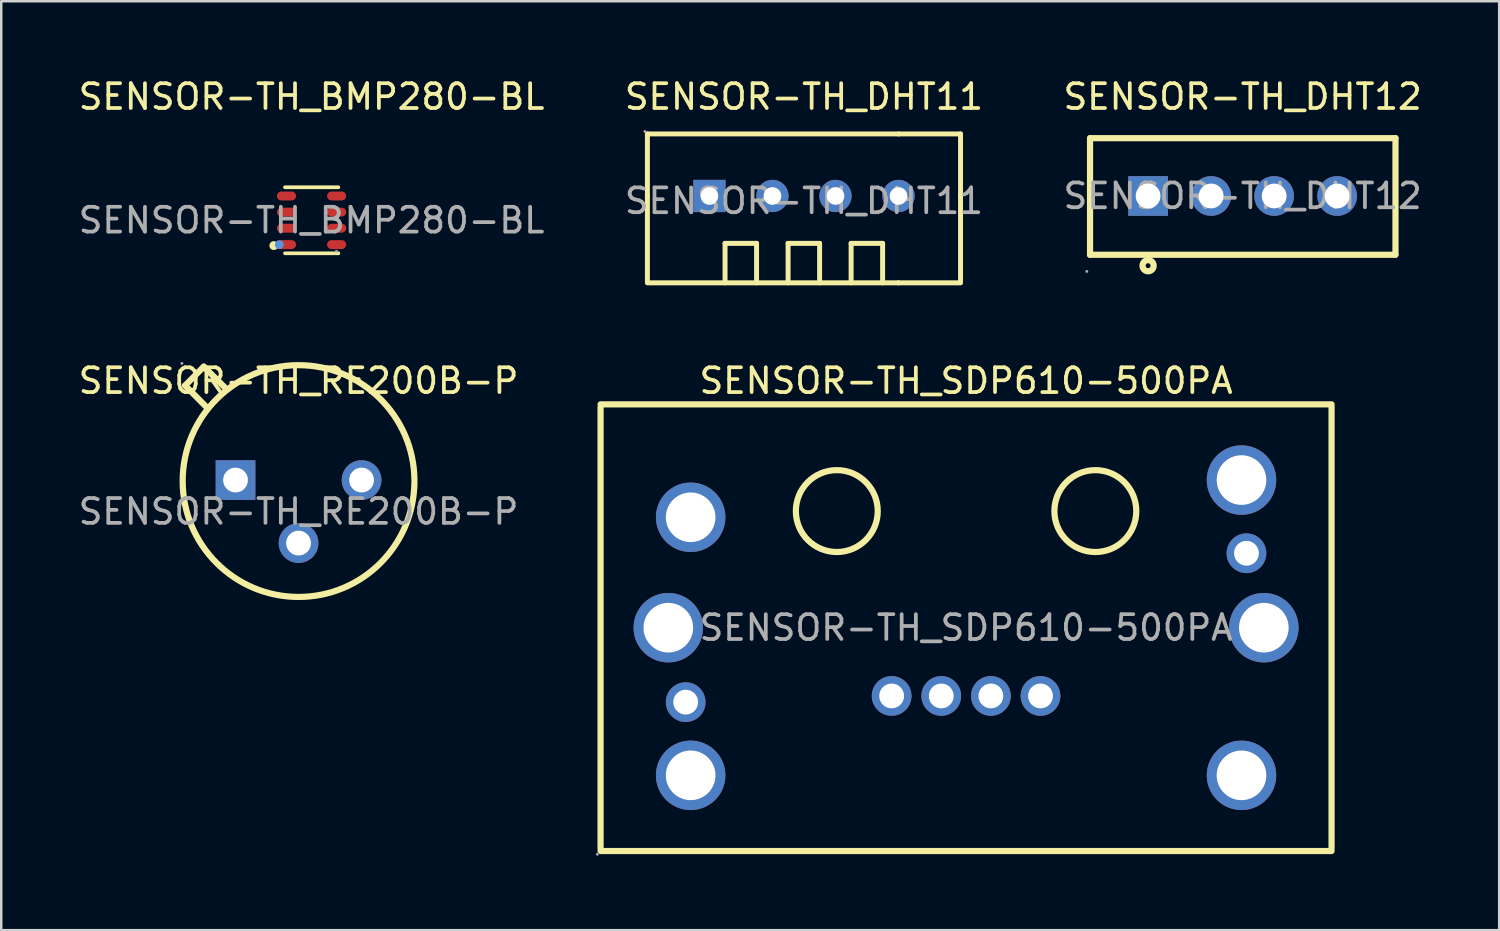
<source format=kicad_pcb>
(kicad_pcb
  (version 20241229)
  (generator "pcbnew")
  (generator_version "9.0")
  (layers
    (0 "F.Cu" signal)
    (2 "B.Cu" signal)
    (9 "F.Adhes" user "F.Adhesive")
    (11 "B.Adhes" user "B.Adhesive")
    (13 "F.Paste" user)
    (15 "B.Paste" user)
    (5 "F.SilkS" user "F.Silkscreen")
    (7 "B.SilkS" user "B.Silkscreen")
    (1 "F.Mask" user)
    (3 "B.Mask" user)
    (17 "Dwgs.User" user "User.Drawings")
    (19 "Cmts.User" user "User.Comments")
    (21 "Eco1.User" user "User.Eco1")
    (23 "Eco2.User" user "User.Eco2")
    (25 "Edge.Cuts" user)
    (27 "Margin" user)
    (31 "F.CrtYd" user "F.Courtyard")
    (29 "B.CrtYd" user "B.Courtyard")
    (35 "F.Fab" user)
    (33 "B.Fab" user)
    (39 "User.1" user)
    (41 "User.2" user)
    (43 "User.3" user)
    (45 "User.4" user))
  (footprint "SENSOR-TH_DHT12"
    (layer "F.Cu")
    (at 47.03 4.848)
    (property "Reference" "SENSOR-TH_DHT12" (at 0 -4 0) (layer "F.SilkS") (effects (font (size 1 1) (thickness 0.15))))
    (attr through_hole)
    (fp_line (start -6.15 2.37) (end -6.15 -2.33) (stroke (width 0.25) (type solid)) (layer "F.SilkS"))
    (fp_line (start -6.14 -2.33) (end 6.16 -2.33) (stroke (width 0.25) (type solid)) (layer "F.SilkS"))
    (fp_line (start 6.15 2.37) (end -6.15 2.37) (stroke (width 0.25) (type solid)) (layer "F.SilkS"))
    (fp_line (start 6.16 -2.33) (end 6.16 2.37) (stroke (width 0.25) (type solid)) (layer "F.SilkS"))
    (fp_circle (center -3.81 2.81) (end -3.71 2.81) (stroke (width 0.25) (type solid)) (fill no) (layer "F.SilkS"))
    (fp_circle (center -6.28 3.04) (end -6.25 3.04) (stroke (width 0.06) (type solid)) (fill no) (layer "F.Fab"))
    (fp_circle (center -3.81 0) (end -3.61 0) (stroke (width 0.4) (type solid)) (fill no) (layer "F.Fab"))
    (fp_circle (center -1.27 0) (end -1.07 0) (stroke (width 0.4) (type solid)) (fill no) (layer "F.Fab"))
    (fp_circle (center 1.27 0) (end 1.47 0) (stroke (width 0.4) (type solid)) (fill no) (layer "F.Fab"))
    (fp_circle (center 3.81 0) (end 4.01 0) (stroke (width 0.4) (type solid)) (fill no) (layer "F.Fab"))
    (fp_text user "${REFERENCE}" (at 0 0 0) (layer "F.Fab") (effects (font (size 1 1) (thickness 0.15))))
    (pad "1" thru_hole rect (at -3.81 0) (size 1.6 1.6) (drill 1) (layers "*.Cu" "*.Paste" "*.Mask"))
    (pad "2" thru_hole circle (at -1.27 0) (size 1.6 1.6) (drill 1) (layers "*.Cu" "*.Paste" "*.Mask"))
    (pad "3" thru_hole circle (at 1.27 0) (size 1.6 1.6) (drill 1) (layers "*.Cu" "*.Paste" "*.Mask"))
    (pad "4" thru_hole circle (at 3.81 0) (size 1.6 1.6) (drill 1) (layers "*.Cu" "*.Paste" "*.Mask")))
  (footprint "SENSOR-TH_RE200B-P"
    (layer "F.Cu")
    (at 8.982 17.567)
    (property "Reference" "SENSOR-TH_RE200B-P" (at 0 -5.27 0) (layer "F.SilkS") (effects (font (size 1 1) (thickness 0.15))))
    (attr through_hole)
    (fp_line (start -4.57 -5.08) (end -3.82 -5.84) (stroke (width 0.25) (type solid)) (layer "F.SilkS"))
    (fp_line (start -4.57 -5.08) (end -3.69 -4.19) (stroke (width 0.25) (type solid)) (layer "F.SilkS"))
    (fp_line (start -3.82 -5.84) (end -2.92 -4.95) (stroke (width 0.25) (type solid)) (layer "F.SilkS"))
    (fp_arc (start 4.67 -1.19) (mid -4.670171 -1.230061) (end 4.670001 -1.269879) (stroke (width 0.25) (type solid)) (layer "F.SilkS"))
    (fp_circle (center -4.7 -5.97) (end -4.67 -5.97) (stroke (width 0.06) (type solid)) (fill no) (layer "F.Fab"))
    (fp_circle (center -2.54 -1.27) (end -2.34 -1.27) (stroke (width 0.4) (type solid)) (fill no) (layer "F.Fab"))
    (fp_circle (center 0 1.27) (end 0.2 1.27) (stroke (width 0.4) (type solid)) (fill no) (layer "F.Fab"))
    (fp_circle (center 2.54 -1.27) (end 2.74 -1.27) (stroke (width 0.4) (type solid)) (fill no) (layer "F.Fab"))
    (fp_text user "${REFERENCE}" (at 0 0 0) (layer "F.Fab") (effects (font (size 1 1) (thickness 0.15))))
    (pad "1" thru_hole rect (at -2.54 -1.27) (size 1.6 1.6) (drill 1) (layers "*.Cu" "*.Paste" "*.Mask"))
    (pad "2" thru_hole circle (at 0 1.27) (size 1.6 1.6) (drill 1) (layers "*.Cu" "*.Paste" "*.Mask"))
    (pad "3" thru_hole circle (at 2.54 -1.27) (size 1.6 1.6) (drill 1) (layers "*.Cu" "*.Paste" "*.Mask")))
  (footprint "SENSOR-TH_DHT11"
    (layer "F.Cu")
    (at 29.351 5.048)
    (property "Reference" "SENSOR-TH_DHT11" (at 0 -4.2 0) (layer "F.SilkS") (effects (font (size 1 1) (thickness 0.15))))
    (attr through_hole)
    (fp_line (start -6.31 -2.7) (end -6.31 -0.2) (stroke (width 0.2) (type solid)) (layer "F.SilkS"))
    (fp_line (start -6.31 -0.2) (end -6.31 3.26) (stroke (width 0.2) (type solid)) (layer "F.SilkS"))
    (fp_line (start -6.31 3.3) (end 3.81 3.3) (stroke (width 0.2) (type solid)) (layer "F.SilkS"))
    (fp_line (start -3.18 1.71) (end -3.18 3.3) (stroke (width 0.2) (type solid)) (layer "F.SilkS"))
    (fp_line (start -1.91 1.71) (end -3.18 1.71) (stroke (width 0.2) (type solid)) (layer "F.SilkS"))
    (fp_line (start -1.91 3.3) (end -1.91 1.71) (stroke (width 0.2) (type solid)) (layer "F.SilkS"))
    (fp_line (start -0.64 1.71) (end -0.64 3.3) (stroke (width 0.2) (type solid)) (layer "F.SilkS"))
    (fp_line (start 0.63 1.71) (end -0.64 1.71) (stroke (width 0.2) (type solid)) (layer "F.SilkS"))
    (fp_line (start 0.63 3.3) (end 0.63 1.71) (stroke (width 0.2) (type solid)) (layer "F.SilkS"))
    (fp_line (start 1.9 1.71) (end 1.9 3.3) (stroke (width 0.2) (type solid)) (layer "F.SilkS"))
    (fp_line (start 3.17 1.71) (end 1.9 1.71) (stroke (width 0.2) (type solid)) (layer "F.SilkS"))
    (fp_line (start 3.17 3.3) (end 3.17 1.71) (stroke (width 0.2) (type solid)) (layer "F.SilkS"))
    (fp_line (start 3.81 -2.7) (end -6.31 -2.7) (stroke (width 0.2) (type solid)) (layer "F.SilkS"))
    (fp_line (start 3.81 3.3) (end 6.31 3.3) (stroke (width 0.2) (type solid)) (layer "F.SilkS"))
    (fp_line (start 6.31 -2.7) (end 3.81 -2.7) (stroke (width 0.2) (type solid)) (layer "F.SilkS"))
    (fp_line (start 6.31 -0.2) (end 6.31 -2.7) (stroke (width 0.2) (type solid)) (layer "F.SilkS"))
    (fp_line (start 6.31 3.26) (end 6.31 -0.2) (stroke (width 0.2) (type solid)) (layer "F.SilkS"))
    (fp_circle (center -6.41 -2.8) (end -6.38 -2.8) (stroke (width 0.06) (type solid)) (fill no) (layer "F.Fab"))
    (fp_circle (center -3.81 -0.2) (end -3.68 -0.2) (stroke (width 0.26) (type solid)) (fill no) (layer "F.Fab"))
    (fp_circle (center -1.27 -0.2) (end -1.14 -0.2) (stroke (width 0.26) (type solid)) (fill no) (layer "F.Fab"))
    (fp_circle (center 1.27 -0.2) (end 1.4 -0.2) (stroke (width 0.26) (type solid)) (fill no) (layer "F.Fab"))
    (fp_circle (center 3.81 -0.2) (end 3.94 -0.2) (stroke (width 0.26) (type solid)) (fill no) (layer "F.Fab"))
    (fp_text user "${REFERENCE}" (at 0 0 0) (layer "F.Fab") (effects (font (size 1 1) (thickness 0.15))))
    (pad "1" thru_hole rect (at -3.81 -0.2 180) (size 1.3 1.3) (drill 0.711) (layers "*.Cu" "*.Paste" "*.Mask"))
    (pad "2" thru_hole circle (at -1.27 -0.2 180) (size 1.3 1.3) (drill 0.711) (layers "*.Cu" "*.Paste" "*.Mask"))
    (pad "3" thru_hole circle (at 1.27 -0.2 180) (size 1.3 1.3) (drill 0.711) (layers "*.Cu" "*.Paste" "*.Mask"))
    (pad "4" thru_hole circle (at 3.81 -0.2 180) (size 1.3 1.3) (drill 0.711) (layers "*.Cu" "*.Paste" "*.Mask")))
  (footprint "SENSOR-TH_SDP610-500PA"
    (layer "F.Cu")
    (at 35.884 22.247)
    (property "Reference" "SENSOR-TH_SDP610-500PA" (at 0 -9.95 0) (layer "F.SilkS") (effects (font (size 1 1) (thickness 0.15))))
    (attr through_hole)
    (fp_line (start -14.73 -9) (end 14.73 -9) (stroke (width 0.25) (type solid)) (layer "F.SilkS"))
    (fp_line (start -14.73 8.89) (end -14.73 -8.89) (stroke (width 0.25) (type solid)) (layer "F.SilkS"))
    (fp_line (start -14.73 9) (end 14.73 9) (stroke (width 0.25) (type solid)) (layer "F.SilkS"))
    (fp_line (start 14.73 8.89) (end 14.73 -8.89) (stroke (width 0.25) (type solid)) (layer "F.SilkS"))
    (fp_circle (center -5.21 -4.7) (end -3.56 -4.7) (stroke (width 0.25) (type solid)) (fill no) (layer "F.SilkS"))
    (fp_circle (center 5.21 -4.7) (end 6.86 -4.7) (stroke (width 0.25) (type solid)) (fill no) (layer "F.SilkS"))
    (fp_circle (center -14.86 9.13) (end -14.83 9.13) (stroke (width 0.06) (type solid)) (fill no) (layer "F.Fab"))
    (fp_circle (center -12 0) (end -11.55 0) (stroke (width 0.9) (type solid)) (fill no) (layer "F.Fab"))
    (fp_circle (center -11.3 3) (end -11.1 3) (stroke (width 0.4) (type solid)) (fill no) (layer "F.Fab"))
    (fp_circle (center -11.1 -4.45) (end -10.65 -4.45) (stroke (width 0.9) (type solid)) (fill no) (layer "F.Fab"))
    (fp_circle (center -11.1 5.95) (end -10.65 5.95) (stroke (width 0.9) (type solid)) (fill no) (layer "F.Fab"))
    (fp_circle (center -3 2.75) (end -2.8 2.75) (stroke (width 0.4) (type solid)) (fill no) (layer "F.Fab"))
    (fp_circle (center -1 2.75) (end -0.8 2.75) (stroke (width 0.4) (type solid)) (fill no) (layer "F.Fab"))
    (fp_circle (center 1 2.75) (end 1.2 2.75) (stroke (width 0.4) (type solid)) (fill no) (layer "F.Fab"))
    (fp_circle (center 3 2.75) (end 3.2 2.75) (stroke (width 0.4) (type solid)) (fill no) (layer "F.Fab"))
    (fp_circle (center 11.1 -5.95) (end 11.55 -5.95) (stroke (width 0.9) (type solid)) (fill no) (layer "F.Fab"))
    (fp_circle (center 11.1 5.95) (end 11.55 5.95) (stroke (width 0.9) (type solid)) (fill no) (layer "F.Fab"))
    (fp_circle (center 11.3 -3) (end 11.5 -3) (stroke (width 0.4) (type solid)) (fill no) (layer "F.Fab"))
    (fp_circle (center 12 0) (end 12.45 0) (stroke (width 0.9) (type solid)) (fill no) (layer "F.Fab"))
    (fp_text user "${REFERENCE}" (at 0 0 0) (layer "F.Fab") (effects (font (size 1 1) (thickness 0.15))))
    (pad "1" thru_hole circle (at -3 2.75) (size 1.6 1.6) (drill 1) (layers "*.Cu" "*.Paste" "*.Mask"))
    (pad "2" thru_hole circle (at -1 2.75) (size 1.6 1.6) (drill 1) (layers "*.Cu" "*.Paste" "*.Mask"))
    (pad "3" thru_hole circle (at 1 2.75) (size 1.6 1.6) (drill 1) (layers "*.Cu" "*.Paste" "*.Mask"))
    (pad "4" thru_hole circle (at 3 2.75) (size 1.6 1.6) (drill 1) (layers "*.Cu" "*.Paste" "*.Mask"))
    (pad "5" thru_hole circle (at -12 0) (size 2.8 2.8) (drill 2) (layers "*.Cu" "*.Paste" "*.Mask"))
    (pad "5" thru_hole circle (at -11.3 3) (size 1.6 1.6) (drill 1) (layers "*.Cu" "*.Paste" "*.Mask"))
    (pad "5" thru_hole circle (at -11.1 -4.45) (size 2.8 2.8) (drill 2) (layers "*.Cu" "*.Paste" "*.Mask"))
    (pad "5" thru_hole circle (at -11.1 5.95) (size 2.8 2.8) (drill 2) (layers "*.Cu" "*.Paste" "*.Mask"))
    (pad "5" thru_hole circle (at 11.1 -5.95) (size 2.8 2.8) (drill 2) (layers "*.Cu" "*.Paste" "*.Mask"))
    (pad "5" thru_hole circle (at 11.1 5.95) (size 2.8 2.8) (drill 2) (layers "*.Cu" "*.Paste" "*.Mask"))
    (pad "5" thru_hole circle (at 11.3 -3) (size 1.6 1.6) (drill 1) (layers "*.Cu" "*.Paste" "*.Mask"))
    (pad "5" thru_hole circle (at 12 0) (size 2.8 2.8) (drill 2) (layers "*.Cu" "*.Paste" "*.Mask")))
  (footprint "SENSOR-TH_BMP280-BL"
    (layer "F.Cu")
    (at 9.506 5.828)
    (property "Reference" "SENSOR-TH_BMP280-BL" (at 0 -4.98 0) (layer "F.SilkS") (effects (font (size 1 1) (thickness 0.15))))
    (attr through_hole)
    (fp_line (start 1.08 -1.33) (end -1.07 -1.33) (stroke (width 0.15) (type solid)) (layer "F.SilkS"))
    (fp_line (start 1.08 1.33) (end -1.07 1.33) (stroke (width 0.15) (type solid)) (layer "F.SilkS"))
    (fp_circle (center -1.52 1.02) (end -1.43 1.02) (stroke (width 0.18) (type solid)) (fill no) (layer "F.SilkS"))
    (fp_circle (center -1.3 0.98) (end -1.21 0.98) (stroke (width 0.18) (type solid)) (fill no) (layer "Cmts.User"))
    (fp_circle (center 1 1.25) (end 1.03 1.25) (stroke (width 0.06) (type solid)) (fill no) (layer "F.Fab"))
    (fp_text user "${REFERENCE}" (at 0 0 0) (layer "F.Fab") (effects (font (size 1 1) (thickness 0.15))))
    (pad "1" smd oval (at -1.01 0.98 90) (size 0.36 0.77) (layers "F.Cu" "F.Mask" "F.Paste"))
    (pad "2" smd oval (at -1.01 0.32 90) (size 0.36 0.77) (layers "F.Cu" "F.Mask" "F.Paste"))
    (pad "3" smd oval (at -1.01 -0.33 90) (size 0.36 0.77) (layers "F.Cu" "F.Mask" "F.Paste"))
    (pad "4" smd oval (at -1.01 -0.98 90) (size 0.36 0.77) (layers "F.Cu" "F.Mask" "F.Paste"))
    (pad "5" smd oval (at 1.01 -0.98 90) (size 0.36 0.77) (layers "F.Cu" "F.Mask" "F.Paste"))
    (pad "6" smd oval (at 1.01 -0.33 90) (size 0.36 0.77) (layers "F.Cu" "F.Mask" "F.Paste"))
    (pad "7" smd oval (at 1.01 0.32 90) (size 0.36 0.77) (layers "F.Cu" "F.Mask" "F.Paste"))
    (pad "8" smd oval (at 1.01 0.98 90) (size 0.36 0.77) (layers "F.Cu" "F.Mask" "F.Paste")))
  (gr_rect
    (start -3 -3)
    (end 57.369 34.437)
    (stroke (width 0.1) (type default))
    (fill no)
    (layer "Edge.Cuts")))
</source>
